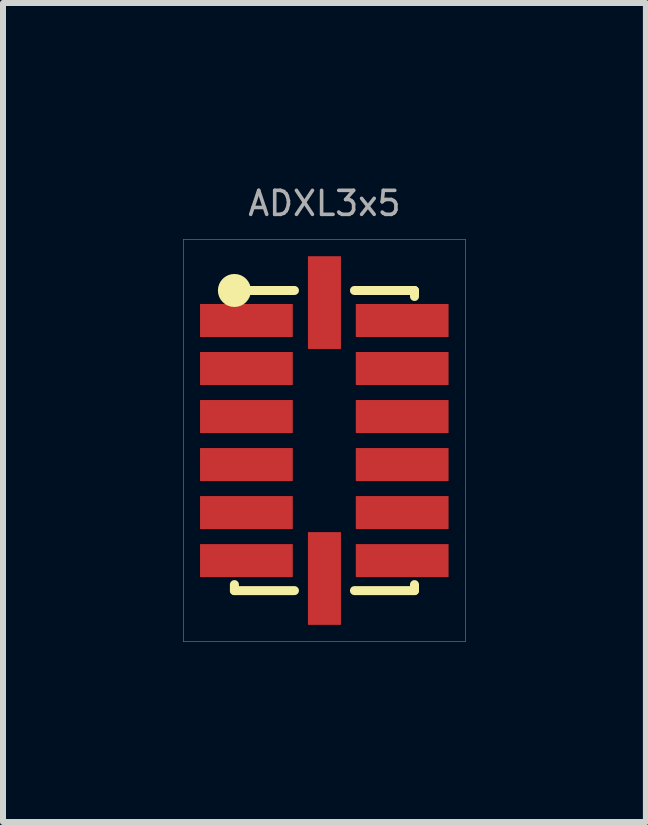
<source format=kicad_pcb>
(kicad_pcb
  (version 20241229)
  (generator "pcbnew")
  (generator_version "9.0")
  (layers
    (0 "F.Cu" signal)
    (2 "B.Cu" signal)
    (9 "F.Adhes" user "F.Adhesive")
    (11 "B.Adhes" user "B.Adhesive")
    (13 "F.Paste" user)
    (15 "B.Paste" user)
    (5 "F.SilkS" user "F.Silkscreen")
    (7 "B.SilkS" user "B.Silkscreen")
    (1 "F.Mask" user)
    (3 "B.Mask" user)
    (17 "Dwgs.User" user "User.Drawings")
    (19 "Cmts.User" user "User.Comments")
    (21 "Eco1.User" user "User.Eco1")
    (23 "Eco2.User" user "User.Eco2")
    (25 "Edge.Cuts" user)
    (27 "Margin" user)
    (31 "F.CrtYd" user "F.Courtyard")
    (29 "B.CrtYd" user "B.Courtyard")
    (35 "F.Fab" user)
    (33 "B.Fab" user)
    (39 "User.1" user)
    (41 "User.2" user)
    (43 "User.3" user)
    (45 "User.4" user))
  (footprint "ADXL3x5"
    (layer "F.Cu")
    (at 2.355 4.289)
    (property "Reference" "ADXL3x5" (at 0 -3.95 0) (layer "F.Fab") (effects (font (size 0.4 0.4) (thickness 0.06))))
    (attr through_hole)
    (fp_line (start -1.5 -2.5) (end -1.5 -2.4) (stroke (width 0.15) (type solid)) (layer "F.SilkS"))
    (fp_line (start -1.5 -2.5) (end -0.5 -2.5) (stroke (width 0.15) (type solid)) (layer "F.SilkS"))
    (fp_line (start -1.5 2.5) (end -1.5 2.4) (stroke (width 0.15) (type solid)) (layer "F.SilkS"))
    (fp_line (start -1.5 2.5) (end -0.5 2.5) (stroke (width 0.15) (type solid)) (layer "F.SilkS"))
    (fp_line (start 0.5 -2.5) (end 1.5 -2.5) (stroke (width 0.15) (type solid)) (layer "F.SilkS"))
    (fp_line (start 0.5 2.5) (end 1.5 2.5) (stroke (width 0.15) (type solid)) (layer "F.SilkS"))
    (fp_line (start 1.5 -2.5) (end 1.5 -2.4) (stroke (width 0.15) (type solid)) (layer "F.SilkS"))
    (fp_line (start 1.5 2.5) (end 1.5 2.4) (stroke (width 0.15) (type solid)) (layer "F.SilkS"))
    (fp_circle (center -1.5 -2.5) (end -1.5 -2.7) (stroke (width 0.15) (type solid)) (fill no) (layer "F.SilkS"))
    (fp_circle (center -1.5 -2.5) (end -1.5 -2.6) (stroke (width 0.15) (type solid)) (fill no) (layer "F.SilkS"))
    (fp_line (start -2.35 -3.35) (end 2.35 -3.35) (stroke (width 0.01) (type solid)) (layer "F.CrtYd"))
    (fp_line (start -2.35 3.35) (end -2.35 -3.35) (stroke (width 0.01) (type solid)) (layer "F.CrtYd"))
    (fp_line (start 2.35 -3.35) (end 2.35 3.35) (stroke (width 0.01) (type solid)) (layer "F.CrtYd"))
    (fp_line (start 2.35 3.35) (end -2.35 3.35) (stroke (width 0.01) (type solid)) (layer "F.CrtYd"))
    (pad "1" smd rect (at -1.1 -2) (size 1.545 0.55) (drill (offset -0.2 0)) (layers "F.Cu" "F.Mask" "F.Paste"))
    (pad "2" smd rect (at -1.1 -1.2) (size 1.545 0.55) (drill (offset -0.2 0)) (layers "F.Cu" "F.Mask" "F.Paste"))
    (pad "3" smd rect (at -1.1 -0.4) (size 1.545 0.55) (drill (offset -0.2 0)) (layers "F.Cu" "F.Mask" "F.Paste"))
    (pad "4" smd rect (at -1.1 0.4) (size 1.545 0.55) (drill (offset -0.2 0)) (layers "F.Cu" "F.Mask" "F.Paste"))
    (pad "5" smd rect (at -1.1 1.2) (size 1.545 0.55) (drill (offset -0.2 0)) (layers "F.Cu" "F.Mask" "F.Paste"))
    (pad "6" smd rect (at -1.1 2) (size 1.545 0.55) (drill (offset -0.2 0)) (layers "F.Cu" "F.Mask" "F.Paste"))
    (pad "7" smd rect (at 0 2.098) (size 0.55 1.545) (drill (offset 0 0.2)) (layers "F.Cu" "F.Mask" "F.Paste"))
    (pad "8" smd rect (at 1.095 2) (size 1.545 0.55) (drill (offset 0.2 0)) (layers "F.Cu" "F.Mask" "F.Paste"))
    (pad "9" smd rect (at 1.095 1.2) (size 1.545 0.55) (drill (offset 0.2 0)) (layers "F.Cu" "F.Mask" "F.Paste"))
    (pad "10" smd rect (at 1.095 0.4) (size 1.545 0.55) (drill (offset 0.2 0)) (layers "F.Cu" "F.Mask" "F.Paste"))
    (pad "11" smd rect (at 1.095 -0.4) (size 1.545 0.55) (drill (offset 0.2 0)) (layers "F.Cu" "F.Mask" "F.Paste"))
    (pad "12" smd rect (at 1.095 -1.2) (size 1.545 0.55) (drill (offset 0.2 0)) (layers "F.Cu" "F.Mask" "F.Paste"))
    (pad "13" smd rect (at 1.095 -2) (size 1.545 0.55) (drill (offset 0.2 0)) (layers "F.Cu" "F.Mask" "F.Paste"))
    (pad "14" smd rect (at 0 -2.098) (size 0.55 1.545) (drill (offset 0 -0.2)) (layers "F.Cu" "F.Mask" "F.Paste")))
  (gr_rect
    (start -3 -3)
    (end 7.71 10.644)
    (stroke (width 0.1) (type default))
    (fill no)
    (layer "Edge.Cuts")))
</source>
